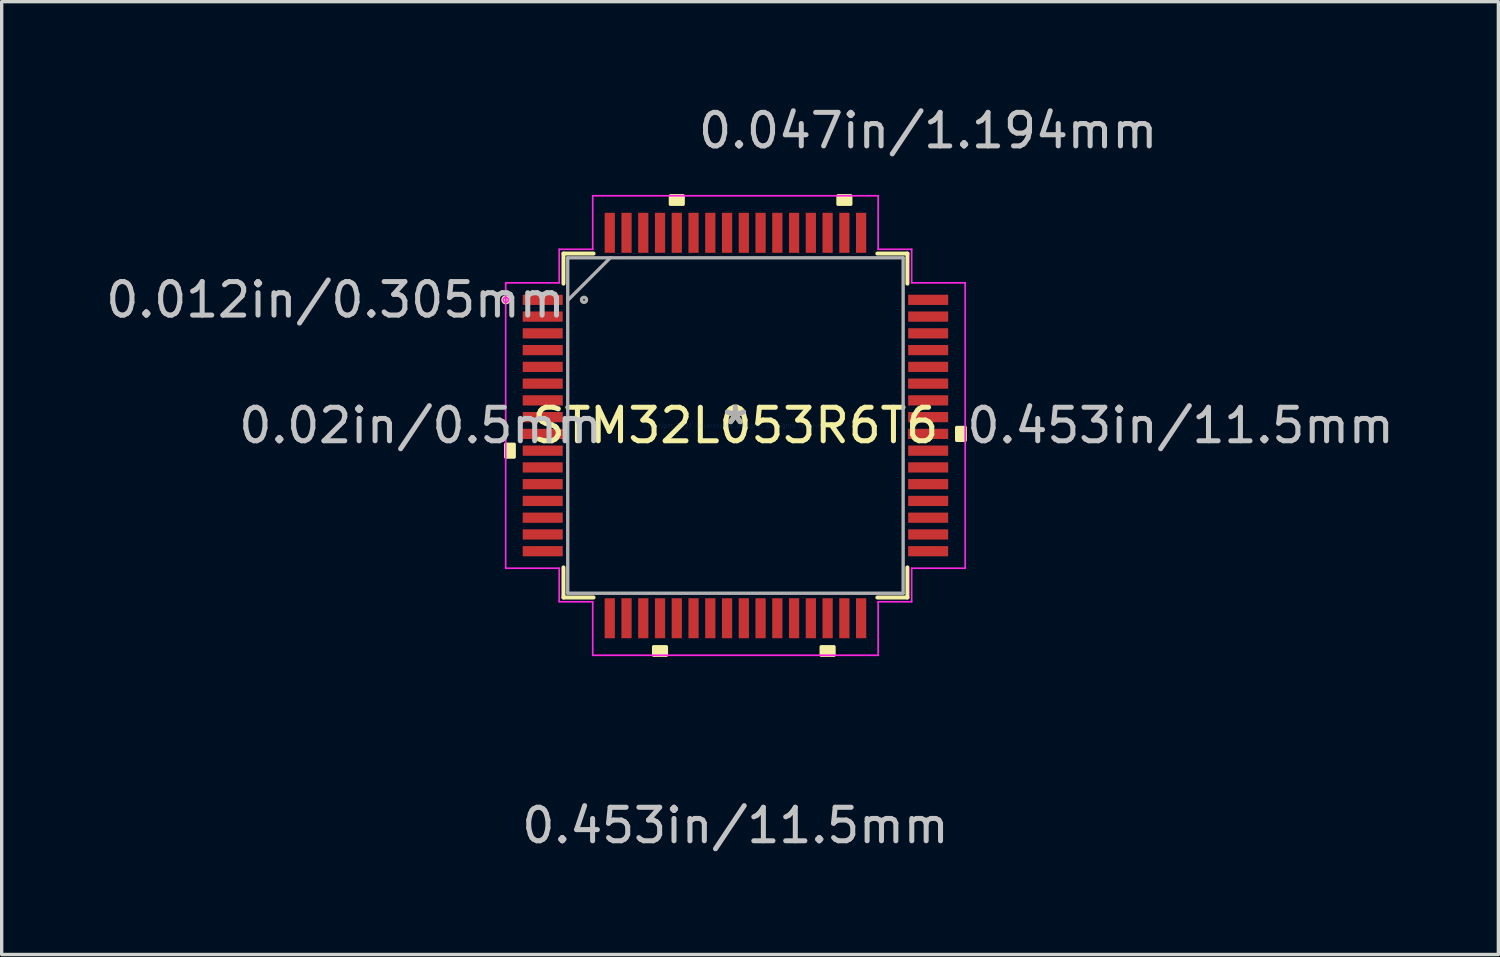
<source format=kicad_pcb>
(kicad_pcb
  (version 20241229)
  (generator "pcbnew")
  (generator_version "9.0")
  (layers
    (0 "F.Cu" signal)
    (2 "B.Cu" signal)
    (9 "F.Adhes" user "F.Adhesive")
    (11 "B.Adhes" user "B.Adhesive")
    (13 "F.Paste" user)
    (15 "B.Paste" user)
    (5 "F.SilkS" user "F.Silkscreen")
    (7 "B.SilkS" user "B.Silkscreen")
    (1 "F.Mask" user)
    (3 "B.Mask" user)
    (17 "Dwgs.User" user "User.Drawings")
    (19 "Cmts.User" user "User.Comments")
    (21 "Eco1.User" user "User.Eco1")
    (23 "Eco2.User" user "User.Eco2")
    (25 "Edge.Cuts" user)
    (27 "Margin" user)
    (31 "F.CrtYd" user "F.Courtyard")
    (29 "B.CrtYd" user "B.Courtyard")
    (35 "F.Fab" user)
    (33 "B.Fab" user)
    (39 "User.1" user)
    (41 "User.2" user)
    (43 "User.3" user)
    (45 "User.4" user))
  (footprint "STM32L053R6T6"
    (layer "F.Cu")
    (at 18.893 9.646)
    (property "Reference" "STM32L053R6T6" (at 0 0 0) (layer "F.SilkS") (effects (font (size 1 1) (thickness 0.15))))
    (attr through_hole)
    (fp_line (start -5.131 -5.131) (end -5.131 -4.234) (stroke (width 0.12) (type solid)) (layer "F.SilkS"))
    (fp_line (start -5.131 4.234) (end -5.131 5.131) (stroke (width 0.12) (type solid)) (layer "F.SilkS"))
    (fp_line (start -5.131 5.131) (end -4.234 5.131) (stroke (width 0.12) (type solid)) (layer "F.SilkS"))
    (fp_line (start -4.234 -5.131) (end -5.131 -5.131) (stroke (width 0.12) (type solid)) (layer "F.SilkS"))
    (fp_line (start 4.234 5.131) (end 5.131 5.131) (stroke (width 0.12) (type solid)) (layer "F.SilkS"))
    (fp_line (start 5.131 -5.131) (end 4.234 -5.131) (stroke (width 0.12) (type solid)) (layer "F.SilkS"))
    (fp_line (start 5.131 -4.234) (end 5.131 -5.131) (stroke (width 0.12) (type solid)) (layer "F.SilkS"))
    (fp_line (start 5.131 5.131) (end 5.131 4.234) (stroke (width 0.12) (type solid)) (layer "F.SilkS"))
    (fp_circle (center -6.851 -3.75) (end -6.775 -3.75) (stroke (width 0.12) (type solid)) (fill no) (layer "F.SilkS"))
    (fp_poly (pts (xy -6.855 0.56) (xy -6.855 0.941) (xy -6.601 0.941) (xy -6.601 0.56)) (stroke (width 0.1) (type solid)) (fill yes) (layer "F.SilkS"))
    (fp_poly (pts (xy -2.441 6.601) (xy -2.441 6.855) (xy -2.06 6.855) (xy -2.06 6.601)) (stroke (width 0.1) (type solid)) (fill yes) (layer "F.SilkS"))
    (fp_poly (pts (xy -1.94 -6.601) (xy -1.94 -6.855) (xy -1.559 -6.855) (xy -1.559 -6.601)) (stroke (width 0.1) (type solid)) (fill yes) (layer "F.SilkS"))
    (fp_poly (pts (xy 2.559 6.601) (xy 2.559 6.855) (xy 2.941 6.855) (xy 2.941 6.601)) (stroke (width 0.1) (type solid)) (fill yes) (layer "F.SilkS"))
    (fp_poly (pts (xy 3.06 -6.601) (xy 3.06 -6.855) (xy 3.441 -6.855) (xy 3.441 -6.601)) (stroke (width 0.1) (type solid)) (fill yes) (layer "F.SilkS"))
    (fp_poly (pts (xy 6.855 0.059) (xy 6.855 0.441) (xy 6.601 0.441) (xy 6.601 0.059)) (stroke (width 0.1) (type solid)) (fill yes) (layer "F.SilkS"))
    (fp_line (start -6.855 -4.258) (end -5.258 -4.258) (stroke (width 0.05) (type solid)) (layer "F.CrtYd"))
    (fp_line (start -6.855 4.258) (end -6.855 -4.258) (stroke (width 0.05) (type solid)) (layer "F.CrtYd"))
    (fp_line (start -5.258 -5.258) (end -4.258 -5.258) (stroke (width 0.05) (type solid)) (layer "F.CrtYd"))
    (fp_line (start -5.258 -4.258) (end -5.258 -5.258) (stroke (width 0.05) (type solid)) (layer "F.CrtYd"))
    (fp_line (start -5.258 4.258) (end -6.855 4.258) (stroke (width 0.05) (type solid)) (layer "F.CrtYd"))
    (fp_line (start -5.258 5.258) (end -5.258 4.258) (stroke (width 0.05) (type solid)) (layer "F.CrtYd"))
    (fp_line (start -4.258 -6.855) (end 4.258 -6.855) (stroke (width 0.05) (type solid)) (layer "F.CrtYd"))
    (fp_line (start -4.258 -5.258) (end -4.258 -6.855) (stroke (width 0.05) (type solid)) (layer "F.CrtYd"))
    (fp_line (start -4.258 5.258) (end -5.258 5.258) (stroke (width 0.05) (type solid)) (layer "F.CrtYd"))
    (fp_line (start -4.258 6.855) (end -4.258 5.258) (stroke (width 0.05) (type solid)) (layer "F.CrtYd"))
    (fp_line (start 4.258 -6.855) (end 4.258 -5.258) (stroke (width 0.05) (type solid)) (layer "F.CrtYd"))
    (fp_line (start 4.258 -5.258) (end 5.258 -5.258) (stroke (width 0.05) (type solid)) (layer "F.CrtYd"))
    (fp_line (start 4.258 5.258) (end 4.258 6.855) (stroke (width 0.05) (type solid)) (layer "F.CrtYd"))
    (fp_line (start 4.258 6.855) (end -4.258 6.855) (stroke (width 0.05) (type solid)) (layer "F.CrtYd"))
    (fp_line (start 5.258 -5.258) (end 5.258 -4.258) (stroke (width 0.05) (type solid)) (layer "F.CrtYd"))
    (fp_line (start 5.258 -4.258) (end 6.855 -4.258) (stroke (width 0.05) (type solid)) (layer "F.CrtYd"))
    (fp_line (start 5.258 4.258) (end 5.258 5.258) (stroke (width 0.05) (type solid)) (layer "F.CrtYd"))
    (fp_line (start 5.258 5.258) (end 4.258 5.258) (stroke (width 0.05) (type solid)) (layer "F.CrtYd"))
    (fp_line (start 6.855 -4.258) (end 6.855 4.258) (stroke (width 0.05) (type solid)) (layer "F.CrtYd"))
    (fp_line (start 6.855 4.258) (end 5.258 4.258) (stroke (width 0.05) (type solid)) (layer "F.CrtYd"))
    (fp_circle (center -6.851 -3.75) (end -6.775 -3.75) (stroke (width 0.05) (type solid)) (fill no) (layer "F.CrtYd"))
    (fp_line (start -5.004 -5.004) (end -5.004 5.004) (stroke (width 0.1) (type solid)) (layer "F.Fab"))
    (fp_line (start -5.004 -3.734) (end -3.734 -5.004) (stroke (width 0.1) (type solid)) (layer "F.Fab"))
    (fp_line (start -5.004 5.004) (end 5.004 5.004) (stroke (width 0.1) (type solid)) (layer "F.Fab"))
    (fp_line (start 5.004 -5.004) (end -5.004 -5.004) (stroke (width 0.1) (type solid)) (layer "F.Fab"))
    (fp_line (start 5.004 5.004) (end 5.004 -5.004) (stroke (width 0.1) (type solid)) (layer "F.Fab"))
    (fp_circle (center -4.518 -3.75) (end -4.442 -3.75) (stroke (width 0.1) (type solid)) (fill no) (layer "F.Fab"))
    (fp_text user "*" (at 0 0 0) (layer "F.SilkS") (effects (font (size 1 1) (thickness 0.15))))
    (fp_text user "0.012in/0.305mm" (at -11.935 -3.75 0) (layer "Dwgs.User") (effects (font (size 1 1) (thickness 0.15))))
    (fp_text user "0.047in/1.194mm" (at 5.75 -8.798 0) (layer "Dwgs.User") (effects (font (size 1 1) (thickness 0.15))))
    (fp_text user "0.02in/0.5mm" (at -9.395 0 0) (layer "Dwgs.User") (effects (font (size 1 1) (thickness 0.15))))
    (fp_text user "0.453in/11.5mm" (at 0 11.935 0) (layer "Dwgs.User") (effects (font (size 1 1) (thickness 0.15))))
    (fp_text user "0.453in/11.5mm" (at 13.281 0 0) (layer "Dwgs.User") (effects (font (size 1 1) (thickness 0.15))))
    (fp_text user "Copyright 2021 Accelerated Designs. All rights reserved." (at 0 0 0) (layer "Cmts.User") (effects (font (size 0.127 0.127) (thickness 0.002))))
    (fp_text user "*" (at 0 0 0) (layer "F.Fab") (effects (font (size 1 1) (thickness 0.15))))
    (pad "1" smd rect (at -5.75 -3.75) (size 1.194 0.305) (layers "F.Cu" "F.Mask" "F.Paste"))
    (pad "2" smd rect (at -5.75 -3.25) (size 1.194 0.305) (layers "F.Cu" "F.Mask" "F.Paste"))
    (pad "3" smd rect (at -5.75 -2.75) (size 1.194 0.305) (layers "F.Cu" "F.Mask" "F.Paste"))
    (pad "4" smd rect (at -5.75 -2.25) (size 1.194 0.305) (layers "F.Cu" "F.Mask" "F.Paste"))
    (pad "5" smd rect (at -5.75 -1.75) (size 1.194 0.305) (layers "F.Cu" "F.Mask" "F.Paste"))
    (pad "6" smd rect (at -5.75 -1.25) (size 1.194 0.305) (layers "F.Cu" "F.Mask" "F.Paste"))
    (pad "7" smd rect (at -5.75 -0.75) (size 1.194 0.305) (layers "F.Cu" "F.Mask" "F.Paste"))
    (pad "8" smd rect (at -5.75 -0.25) (size 1.194 0.305) (layers "F.Cu" "F.Mask" "F.Paste"))
    (pad "9" smd rect (at -5.75 0.25) (size 1.194 0.305) (layers "F.Cu" "F.Mask" "F.Paste"))
    (pad "10" smd rect (at -5.75 0.75) (size 1.194 0.305) (layers "F.Cu" "F.Mask" "F.Paste"))
    (pad "11" smd rect (at -5.75 1.25) (size 1.194 0.305) (layers "F.Cu" "F.Mask" "F.Paste"))
    (pad "12" smd rect (at -5.75 1.75) (size 1.194 0.305) (layers "F.Cu" "F.Mask" "F.Paste"))
    (pad "13" smd rect (at -5.75 2.25) (size 1.194 0.305) (layers "F.Cu" "F.Mask" "F.Paste"))
    (pad "14" smd rect (at -5.75 2.75) (size 1.194 0.305) (layers "F.Cu" "F.Mask" "F.Paste"))
    (pad "15" smd rect (at -5.75 3.25) (size 1.194 0.305) (layers "F.Cu" "F.Mask" "F.Paste"))
    (pad "16" smd rect (at -5.75 3.75) (size 1.194 0.305) (layers "F.Cu" "F.Mask" "F.Paste"))
    (pad "17" smd rect (at -3.75 5.75 90) (size 1.194 0.305) (layers "F.Cu" "F.Mask" "F.Paste"))
    (pad "18" smd rect (at -3.25 5.75 90) (size 1.194 0.305) (layers "F.Cu" "F.Mask" "F.Paste"))
    (pad "19" smd rect (at -2.75 5.75 90) (size 1.194 0.305) (layers "F.Cu" "F.Mask" "F.Paste"))
    (pad "20" smd rect (at -2.25 5.75 90) (size 1.194 0.305) (layers "F.Cu" "F.Mask" "F.Paste"))
    (pad "21" smd rect (at -1.75 5.75 90) (size 1.194 0.305) (layers "F.Cu" "F.Mask" "F.Paste"))
    (pad "22" smd rect (at -1.25 5.75 90) (size 1.194 0.305) (layers "F.Cu" "F.Mask" "F.Paste"))
    (pad "23" smd rect (at -0.75 5.75 90) (size 1.194 0.305) (layers "F.Cu" "F.Mask" "F.Paste"))
    (pad "24" smd rect (at -0.25 5.75 90) (size 1.194 0.305) (layers "F.Cu" "F.Mask" "F.Paste"))
    (pad "25" smd rect (at 0.25 5.75 90) (size 1.194 0.305) (layers "F.Cu" "F.Mask" "F.Paste"))
    (pad "26" smd rect (at 0.75 5.75 90) (size 1.194 0.305) (layers "F.Cu" "F.Mask" "F.Paste"))
    (pad "27" smd rect (at 1.25 5.75 90) (size 1.194 0.305) (layers "F.Cu" "F.Mask" "F.Paste"))
    (pad "28" smd rect (at 1.75 5.75 90) (size 1.194 0.305) (layers "F.Cu" "F.Mask" "F.Paste"))
    (pad "29" smd rect (at 2.25 5.75 90) (size 1.194 0.305) (layers "F.Cu" "F.Mask" "F.Paste"))
    (pad "30" smd rect (at 2.75 5.75 90) (size 1.194 0.305) (layers "F.Cu" "F.Mask" "F.Paste"))
    (pad "31" smd rect (at 3.25 5.75 90) (size 1.194 0.305) (layers "F.Cu" "F.Mask" "F.Paste"))
    (pad "32" smd rect (at 3.75 5.75 90) (size 1.194 0.305) (layers "F.Cu" "F.Mask" "F.Paste"))
    (pad "33" smd rect (at 5.75 3.75) (size 1.194 0.305) (layers "F.Cu" "F.Mask" "F.Paste"))
    (pad "34" smd rect (at 5.75 3.25) (size 1.194 0.305) (layers "F.Cu" "F.Mask" "F.Paste"))
    (pad "35" smd rect (at 5.75 2.75) (size 1.194 0.305) (layers "F.Cu" "F.Mask" "F.Paste"))
    (pad "36" smd rect (at 5.75 2.25) (size 1.194 0.305) (layers "F.Cu" "F.Mask" "F.Paste"))
    (pad "37" smd rect (at 5.75 1.75) (size 1.194 0.305) (layers "F.Cu" "F.Mask" "F.Paste"))
    (pad "38" smd rect (at 5.75 1.25) (size 1.194 0.305) (layers "F.Cu" "F.Mask" "F.Paste"))
    (pad "39" smd rect (at 5.75 0.75) (size 1.194 0.305) (layers "F.Cu" "F.Mask" "F.Paste"))
    (pad "40" smd rect (at 5.75 0.25) (size 1.194 0.305) (layers "F.Cu" "F.Mask" "F.Paste"))
    (pad "41" smd rect (at 5.75 -0.25) (size 1.194 0.305) (layers "F.Cu" "F.Mask" "F.Paste"))
    (pad "42" smd rect (at 5.75 -0.75) (size 1.194 0.305) (layers "F.Cu" "F.Mask" "F.Paste"))
    (pad "43" smd rect (at 5.75 -1.25) (size 1.194 0.305) (layers "F.Cu" "F.Mask" "F.Paste"))
    (pad "44" smd rect (at 5.75 -1.75) (size 1.194 0.305) (layers "F.Cu" "F.Mask" "F.Paste"))
    (pad "45" smd rect (at 5.75 -2.25) (size 1.194 0.305) (layers "F.Cu" "F.Mask" "F.Paste"))
    (pad "46" smd rect (at 5.75 -2.75) (size 1.194 0.305) (layers "F.Cu" "F.Mask" "F.Paste"))
    (pad "47" smd rect (at 5.75 -3.25) (size 1.194 0.305) (layers "F.Cu" "F.Mask" "F.Paste"))
    (pad "48" smd rect (at 5.75 -3.75) (size 1.194 0.305) (layers "F.Cu" "F.Mask" "F.Paste"))
    (pad "49" smd rect (at 3.75 -5.75 90) (size 1.194 0.305) (layers "F.Cu" "F.Mask" "F.Paste"))
    (pad "50" smd rect (at 3.25 -5.75 90) (size 1.194 0.305) (layers "F.Cu" "F.Mask" "F.Paste"))
    (pad "51" smd rect (at 2.75 -5.75 90) (size 1.194 0.305) (layers "F.Cu" "F.Mask" "F.Paste"))
    (pad "52" smd rect (at 2.25 -5.75 90) (size 1.194 0.305) (layers "F.Cu" "F.Mask" "F.Paste"))
    (pad "53" smd rect (at 1.75 -5.75 90) (size 1.194 0.305) (layers "F.Cu" "F.Mask" "F.Paste"))
    (pad "54" smd rect (at 1.25 -5.75 90) (size 1.194 0.305) (layers "F.Cu" "F.Mask" "F.Paste"))
    (pad "55" smd rect (at 0.75 -5.75 90) (size 1.194 0.305) (layers "F.Cu" "F.Mask" "F.Paste"))
    (pad "56" smd rect (at 0.25 -5.75 90) (size 1.194 0.305) (layers "F.Cu" "F.Mask" "F.Paste"))
    (pad "57" smd rect (at -0.25 -5.75 90) (size 1.194 0.305) (layers "F.Cu" "F.Mask" "F.Paste"))
    (pad "58" smd rect (at -0.75 -5.75 90) (size 1.194 0.305) (layers "F.Cu" "F.Mask" "F.Paste"))
    (pad "59" smd rect (at -1.25 -5.75 90) (size 1.194 0.305) (layers "F.Cu" "F.Mask" "F.Paste"))
    (pad "60" smd rect (at -1.75 -5.75 90) (size 1.194 0.305) (layers "F.Cu" "F.Mask" "F.Paste"))
    (pad "61" smd rect (at -2.25 -5.75 90) (size 1.194 0.305) (layers "F.Cu" "F.Mask" "F.Paste"))
    (pad "62" smd rect (at -2.75 -5.75 90) (size 1.194 0.305) (layers "F.Cu" "F.Mask" "F.Paste"))
    (pad "63" smd rect (at -3.25 -5.75 90) (size 1.194 0.305) (layers "F.Cu" "F.Mask" "F.Paste"))
    (pad "64" smd rect (at -3.75 -5.75 90) (size 1.194 0.305) (layers "F.Cu" "F.Mask" "F.Paste")))
  (gr_rect
    (start -3 -3)
    (end 41.656 25.429)
    (stroke (width 0.1) (type default))
    (fill no)
    (layer "Edge.Cuts")))
</source>
